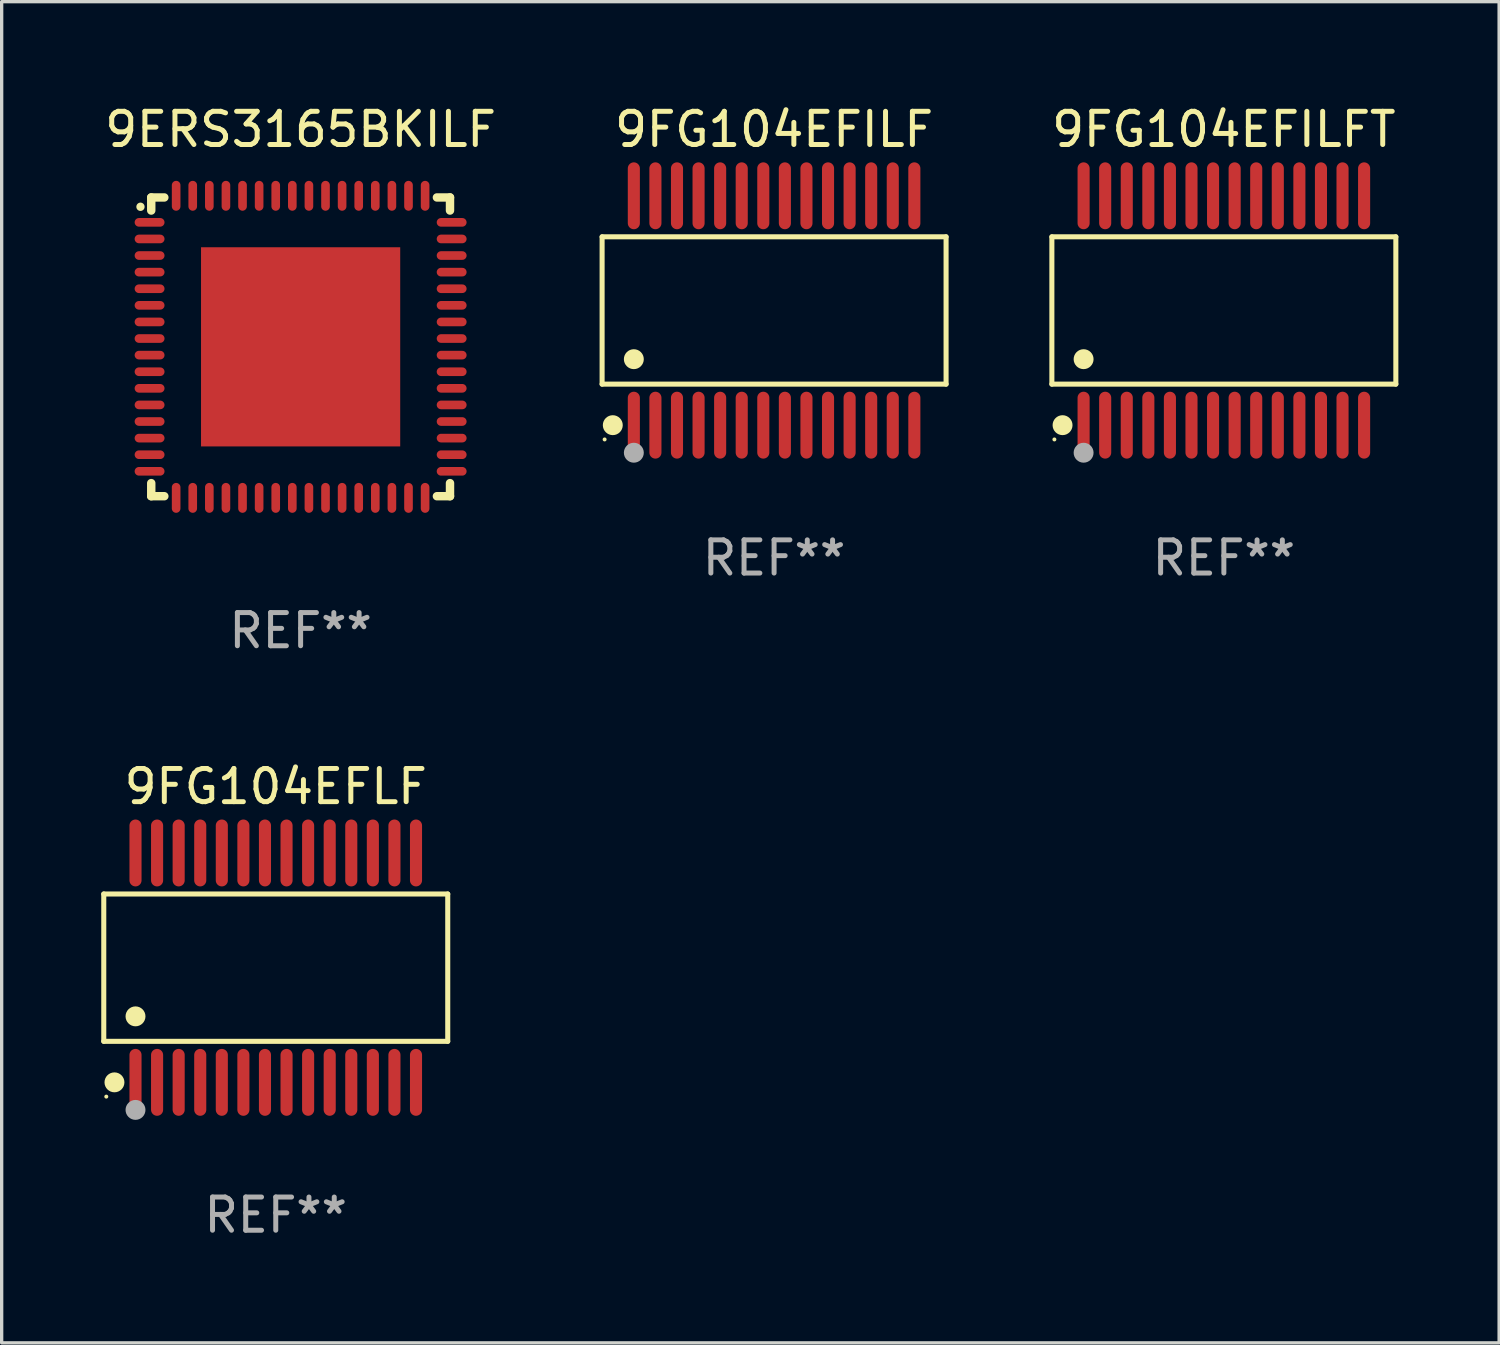
<source format=kicad_pcb>
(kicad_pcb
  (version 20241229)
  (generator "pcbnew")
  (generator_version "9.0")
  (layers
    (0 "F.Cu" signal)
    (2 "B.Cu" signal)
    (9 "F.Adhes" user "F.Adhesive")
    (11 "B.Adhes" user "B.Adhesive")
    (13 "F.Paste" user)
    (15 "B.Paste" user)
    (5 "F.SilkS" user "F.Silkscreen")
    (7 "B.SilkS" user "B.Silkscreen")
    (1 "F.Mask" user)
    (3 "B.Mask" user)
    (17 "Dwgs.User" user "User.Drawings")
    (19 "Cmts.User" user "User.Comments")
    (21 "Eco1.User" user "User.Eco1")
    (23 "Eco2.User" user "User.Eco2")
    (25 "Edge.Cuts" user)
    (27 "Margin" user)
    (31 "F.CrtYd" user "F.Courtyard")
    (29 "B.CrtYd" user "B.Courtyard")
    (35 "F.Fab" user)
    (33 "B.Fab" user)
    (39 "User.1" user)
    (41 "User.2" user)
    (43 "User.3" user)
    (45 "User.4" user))
  (footprint "9FG104EFLF"
    (layer "F.Cu")
    (at 5.257 26.1)
    (property "Reference" "9FG104EFLF" (at 0 -5.455 0) (layer "F.SilkS") (effects (font (size 1 1) (thickness 0.15))))
    (attr through_hole)
    (fp_line (start -5.181 -2.219) (end 5.181 -2.219) (stroke (width 0.152) (type solid)) (layer "F.SilkS"))
    (fp_line (start -5.181 2.219) (end -5.181 -2.219) (stroke (width 0.152) (type solid)) (layer "F.SilkS"))
    (fp_line (start 5.181 -2.219) (end 5.181 2.219) (stroke (width 0.152) (type solid)) (layer "F.SilkS"))
    (fp_line (start 5.181 2.219) (end -5.181 2.219) (stroke (width 0.152) (type solid)) (layer "F.SilkS"))
    (fp_circle (center -5.105 3.885) (end -5.075 3.885) (stroke (width 0.06) (type solid)) (fill no) (layer "F.SilkS"))
    (fp_circle (center -4.859 3.455) (end -4.709 3.455) (stroke (width 0.3) (type solid)) (fill no) (layer "F.SilkS"))
    (fp_circle (center -4.225 1.467) (end -4.075 1.467) (stroke (width 0.3) (type solid)) (fill no) (layer "F.SilkS"))
    (fp_circle (center -4.225 4.285) (end -4.075 4.285) (stroke (width 0.3) (type solid)) (fill no) (layer "F.Fab"))
    (fp_text user "REF**" (at 0 7.455 0) (layer "F.Fab") (effects (font (size 1 1) (thickness 0.15))))
    (pad "1" smd oval (at -4.225 3.455) (size 0.364 2.015) (layers "F.Cu" "F.Mask" "F.Paste"))
    (pad "2" smd oval (at -3.575 3.455) (size 0.364 2.015) (layers "F.Cu" "F.Mask" "F.Paste"))
    (pad "3" smd oval (at -2.925 3.455) (size 0.364 2.015) (layers "F.Cu" "F.Mask" "F.Paste"))
    (pad "4" smd oval (at -2.275 3.455) (size 0.364 2.015) (layers "F.Cu" "F.Mask" "F.Paste"))
    (pad "5" smd oval (at -1.625 3.455) (size 0.364 2.015) (layers "F.Cu" "F.Mask" "F.Paste"))
    (pad "6" smd oval (at -0.975 3.455) (size 0.364 2.015) (layers "F.Cu" "F.Mask" "F.Paste"))
    (pad "7" smd oval (at -0.325 3.455) (size 0.364 2.015) (layers "F.Cu" "F.Mask" "F.Paste"))
    (pad "8" smd oval (at 0.325 3.455) (size 0.364 2.015) (layers "F.Cu" "F.Mask" "F.Paste"))
    (pad "9" smd oval (at 0.975 3.455) (size 0.364 2.015) (layers "F.Cu" "F.Mask" "F.Paste"))
    (pad "10" smd oval (at 1.625 3.455) (size 0.364 2.015) (layers "F.Cu" "F.Mask" "F.Paste"))
    (pad "11" smd oval (at 2.275 3.455) (size 0.364 2.015) (layers "F.Cu" "F.Mask" "F.Paste"))
    (pad "12" smd oval (at 2.925 3.455) (size 0.364 2.015) (layers "F.Cu" "F.Mask" "F.Paste"))
    (pad "13" smd oval (at 3.575 3.455) (size 0.364 2.015) (layers "F.Cu" "F.Mask" "F.Paste"))
    (pad "14" smd oval (at 4.225 3.455) (size 0.364 2.015) (layers "F.Cu" "F.Mask" "F.Paste"))
    (pad "15" smd oval (at 4.225 -3.455) (size 0.364 2.015) (layers "F.Cu" "F.Mask" "F.Paste"))
    (pad "16" smd oval (at 3.575 -3.455) (size 0.364 2.015) (layers "F.Cu" "F.Mask" "F.Paste"))
    (pad "17" smd oval (at 2.925 -3.455) (size 0.364 2.015) (layers "F.Cu" "F.Mask" "F.Paste"))
    (pad "18" smd oval (at 2.275 -3.455) (size 0.364 2.015) (layers "F.Cu" "F.Mask" "F.Paste"))
    (pad "19" smd oval (at 1.625 -3.455) (size 0.364 2.015) (layers "F.Cu" "F.Mask" "F.Paste"))
    (pad "20" smd oval (at 0.975 -3.455) (size 0.364 2.015) (layers "F.Cu" "F.Mask" "F.Paste"))
    (pad "21" smd oval (at 0.325 -3.455) (size 0.364 2.015) (layers "F.Cu" "F.Mask" "F.Paste"))
    (pad "22" smd oval (at -0.325 -3.455) (size 0.364 2.015) (layers "F.Cu" "F.Mask" "F.Paste"))
    (pad "23" smd oval (at -0.975 -3.455) (size 0.364 2.015) (layers "F.Cu" "F.Mask" "F.Paste"))
    (pad "24" smd oval (at -1.625 -3.455) (size 0.364 2.015) (layers "F.Cu" "F.Mask" "F.Paste"))
    (pad "25" smd oval (at -2.275 -3.455) (size 0.364 2.015) (layers "F.Cu" "F.Mask" "F.Paste"))
    (pad "26" smd oval (at -2.925 -3.455) (size 0.364 2.015) (layers "F.Cu" "F.Mask" "F.Paste"))
    (pad "27" smd oval (at -3.575 -3.455) (size 0.364 2.015) (layers "F.Cu" "F.Mask" "F.Paste"))
    (pad "28" smd oval (at -4.225 -3.455) (size 0.364 2.015) (layers "F.Cu" "F.Mask" "F.Paste")))
  (footprint "9FG104EFILFT"
    (layer "F.Cu")
    (at 33.818 6.303)
    (property "Reference" "9FG104EFILFT" (at 0 -5.455 0) (layer "F.SilkS") (effects (font (size 1 1) (thickness 0.15))))
    (attr through_hole)
    (fp_line (start -5.181 -2.219) (end 5.181 -2.219) (stroke (width 0.152) (type solid)) (layer "F.SilkS"))
    (fp_line (start -5.181 2.219) (end -5.181 -2.219) (stroke (width 0.152) (type solid)) (layer "F.SilkS"))
    (fp_line (start 5.181 -2.219) (end 5.181 2.219) (stroke (width 0.152) (type solid)) (layer "F.SilkS"))
    (fp_line (start 5.181 2.219) (end -5.181 2.219) (stroke (width 0.152) (type solid)) (layer "F.SilkS"))
    (fp_circle (center -5.105 3.885) (end -5.075 3.885) (stroke (width 0.06) (type solid)) (fill no) (layer "F.SilkS"))
    (fp_circle (center -4.859 3.455) (end -4.709 3.455) (stroke (width 0.3) (type solid)) (fill no) (layer "F.SilkS"))
    (fp_circle (center -4.225 1.467) (end -4.075 1.467) (stroke (width 0.3) (type solid)) (fill no) (layer "F.SilkS"))
    (fp_circle (center -4.225 4.285) (end -4.075 4.285) (stroke (width 0.3) (type solid)) (fill no) (layer "F.Fab"))
    (fp_text user "REF**" (at 0 7.455 0) (layer "F.Fab") (effects (font (size 1 1) (thickness 0.15))))
    (pad "1" smd oval (at -4.225 3.455) (size 0.364 2.015) (layers "F.Cu" "F.Mask" "F.Paste"))
    (pad "2" smd oval (at -3.575 3.455) (size 0.364 2.015) (layers "F.Cu" "F.Mask" "F.Paste"))
    (pad "3" smd oval (at -2.925 3.455) (size 0.364 2.015) (layers "F.Cu" "F.Mask" "F.Paste"))
    (pad "4" smd oval (at -2.275 3.455) (size 0.364 2.015) (layers "F.Cu" "F.Mask" "F.Paste"))
    (pad "5" smd oval (at -1.625 3.455) (size 0.364 2.015) (layers "F.Cu" "F.Mask" "F.Paste"))
    (pad "6" smd oval (at -0.975 3.455) (size 0.364 2.015) (layers "F.Cu" "F.Mask" "F.Paste"))
    (pad "7" smd oval (at -0.325 3.455) (size 0.364 2.015) (layers "F.Cu" "F.Mask" "F.Paste"))
    (pad "8" smd oval (at 0.325 3.455) (size 0.364 2.015) (layers "F.Cu" "F.Mask" "F.Paste"))
    (pad "9" smd oval (at 0.975 3.455) (size 0.364 2.015) (layers "F.Cu" "F.Mask" "F.Paste"))
    (pad "10" smd oval (at 1.625 3.455) (size 0.364 2.015) (layers "F.Cu" "F.Mask" "F.Paste"))
    (pad "11" smd oval (at 2.275 3.455) (size 0.364 2.015) (layers "F.Cu" "F.Mask" "F.Paste"))
    (pad "12" smd oval (at 2.925 3.455) (size 0.364 2.015) (layers "F.Cu" "F.Mask" "F.Paste"))
    (pad "13" smd oval (at 3.575 3.455) (size 0.364 2.015) (layers "F.Cu" "F.Mask" "F.Paste"))
    (pad "14" smd oval (at 4.225 3.455) (size 0.364 2.015) (layers "F.Cu" "F.Mask" "F.Paste"))
    (pad "15" smd oval (at 4.225 -3.455) (size 0.364 2.015) (layers "F.Cu" "F.Mask" "F.Paste"))
    (pad "16" smd oval (at 3.575 -3.455) (size 0.364 2.015) (layers "F.Cu" "F.Mask" "F.Paste"))
    (pad "17" smd oval (at 2.925 -3.455) (size 0.364 2.015) (layers "F.Cu" "F.Mask" "F.Paste"))
    (pad "18" smd oval (at 2.275 -3.455) (size 0.364 2.015) (layers "F.Cu" "F.Mask" "F.Paste"))
    (pad "19" smd oval (at 1.625 -3.455) (size 0.364 2.015) (layers "F.Cu" "F.Mask" "F.Paste"))
    (pad "20" smd oval (at 0.975 -3.455) (size 0.364 2.015) (layers "F.Cu" "F.Mask" "F.Paste"))
    (pad "21" smd oval (at 0.325 -3.455) (size 0.364 2.015) (layers "F.Cu" "F.Mask" "F.Paste"))
    (pad "22" smd oval (at -0.325 -3.455) (size 0.364 2.015) (layers "F.Cu" "F.Mask" "F.Paste"))
    (pad "23" smd oval (at -0.975 -3.455) (size 0.364 2.015) (layers "F.Cu" "F.Mask" "F.Paste"))
    (pad "24" smd oval (at -1.625 -3.455) (size 0.364 2.015) (layers "F.Cu" "F.Mask" "F.Paste"))
    (pad "25" smd oval (at -2.275 -3.455) (size 0.364 2.015) (layers "F.Cu" "F.Mask" "F.Paste"))
    (pad "26" smd oval (at -2.925 -3.455) (size 0.364 2.015) (layers "F.Cu" "F.Mask" "F.Paste"))
    (pad "27" smd oval (at -3.575 -3.455) (size 0.364 2.015) (layers "F.Cu" "F.Mask" "F.Paste"))
    (pad "28" smd oval (at -4.225 -3.455) (size 0.364 2.015) (layers "F.Cu" "F.Mask" "F.Paste")))
  (footprint "9FG104EFILF"
    (layer "F.Cu")
    (at 20.269 6.303)
    (property "Reference" "9FG104EFILF" (at 0 -5.455 0) (layer "F.SilkS") (effects (font (size 1 1) (thickness 0.15))))
    (attr through_hole)
    (fp_line (start -5.181 -2.219) (end 5.181 -2.219) (stroke (width 0.152) (type solid)) (layer "F.SilkS"))
    (fp_line (start -5.181 2.219) (end -5.181 -2.219) (stroke (width 0.152) (type solid)) (layer "F.SilkS"))
    (fp_line (start 5.181 -2.219) (end 5.181 2.219) (stroke (width 0.152) (type solid)) (layer "F.SilkS"))
    (fp_line (start 5.181 2.219) (end -5.181 2.219) (stroke (width 0.152) (type solid)) (layer "F.SilkS"))
    (fp_circle (center -5.105 3.885) (end -5.075 3.885) (stroke (width 0.06) (type solid)) (fill no) (layer "F.SilkS"))
    (fp_circle (center -4.859 3.455) (end -4.709 3.455) (stroke (width 0.3) (type solid)) (fill no) (layer "F.SilkS"))
    (fp_circle (center -4.225 1.467) (end -4.075 1.467) (stroke (width 0.3) (type solid)) (fill no) (layer "F.SilkS"))
    (fp_circle (center -4.225 4.285) (end -4.075 4.285) (stroke (width 0.3) (type solid)) (fill no) (layer "F.Fab"))
    (fp_text user "REF**" (at 0 7.455 0) (layer "F.Fab") (effects (font (size 1 1) (thickness 0.15))))
    (pad "1" smd oval (at -4.225 3.455) (size 0.364 2.015) (layers "F.Cu" "F.Mask" "F.Paste"))
    (pad "2" smd oval (at -3.575 3.455) (size 0.364 2.015) (layers "F.Cu" "F.Mask" "F.Paste"))
    (pad "3" smd oval (at -2.925 3.455) (size 0.364 2.015) (layers "F.Cu" "F.Mask" "F.Paste"))
    (pad "4" smd oval (at -2.275 3.455) (size 0.364 2.015) (layers "F.Cu" "F.Mask" "F.Paste"))
    (pad "5" smd oval (at -1.625 3.455) (size 0.364 2.015) (layers "F.Cu" "F.Mask" "F.Paste"))
    (pad "6" smd oval (at -0.975 3.455) (size 0.364 2.015) (layers "F.Cu" "F.Mask" "F.Paste"))
    (pad "7" smd oval (at -0.325 3.455) (size 0.364 2.015) (layers "F.Cu" "F.Mask" "F.Paste"))
    (pad "8" smd oval (at 0.325 3.455) (size 0.364 2.015) (layers "F.Cu" "F.Mask" "F.Paste"))
    (pad "9" smd oval (at 0.975 3.455) (size 0.364 2.015) (layers "F.Cu" "F.Mask" "F.Paste"))
    (pad "10" smd oval (at 1.625 3.455) (size 0.364 2.015) (layers "F.Cu" "F.Mask" "F.Paste"))
    (pad "11" smd oval (at 2.275 3.455) (size 0.364 2.015) (layers "F.Cu" "F.Mask" "F.Paste"))
    (pad "12" smd oval (at 2.925 3.455) (size 0.364 2.015) (layers "F.Cu" "F.Mask" "F.Paste"))
    (pad "13" smd oval (at 3.575 3.455) (size 0.364 2.015) (layers "F.Cu" "F.Mask" "F.Paste"))
    (pad "14" smd oval (at 4.225 3.455) (size 0.364 2.015) (layers "F.Cu" "F.Mask" "F.Paste"))
    (pad "15" smd oval (at 4.225 -3.455) (size 0.364 2.015) (layers "F.Cu" "F.Mask" "F.Paste"))
    (pad "16" smd oval (at 3.575 -3.455) (size 0.364 2.015) (layers "F.Cu" "F.Mask" "F.Paste"))
    (pad "17" smd oval (at 2.925 -3.455) (size 0.364 2.015) (layers "F.Cu" "F.Mask" "F.Paste"))
    (pad "18" smd oval (at 2.275 -3.455) (size 0.364 2.015) (layers "F.Cu" "F.Mask" "F.Paste"))
    (pad "19" smd oval (at 1.625 -3.455) (size 0.364 2.015) (layers "F.Cu" "F.Mask" "F.Paste"))
    (pad "20" smd oval (at 0.975 -3.455) (size 0.364 2.015) (layers "F.Cu" "F.Mask" "F.Paste"))
    (pad "21" smd oval (at 0.325 -3.455) (size 0.364 2.015) (layers "F.Cu" "F.Mask" "F.Paste"))
    (pad "22" smd oval (at -0.325 -3.455) (size 0.364 2.015) (layers "F.Cu" "F.Mask" "F.Paste"))
    (pad "23" smd oval (at -0.975 -3.455) (size 0.364 2.015) (layers "F.Cu" "F.Mask" "F.Paste"))
    (pad "24" smd oval (at -1.625 -3.455) (size 0.364 2.015) (layers "F.Cu" "F.Mask" "F.Paste"))
    (pad "25" smd oval (at -2.275 -3.455) (size 0.364 2.015) (layers "F.Cu" "F.Mask" "F.Paste"))
    (pad "26" smd oval (at -2.925 -3.455) (size 0.364 2.015) (layers "F.Cu" "F.Mask" "F.Paste"))
    (pad "27" smd oval (at -3.575 -3.455) (size 0.364 2.015) (layers "F.Cu" "F.Mask" "F.Paste"))
    (pad "28" smd oval (at -4.225 -3.455) (size 0.364 2.015) (layers "F.Cu" "F.Mask" "F.Paste")))
  (footprint "9ERS3165BKILF"
    (layer "F.Cu")
    (at 6.006 7.398)
    (property "Reference" "9ERS3165BKILF" (at 0 -6.55 0) (layer "F.SilkS") (effects (font (size 1 1) (thickness 0.15))))
    (attr through_hole)
    (fp_line (start -4.5 -4.5) (end -4.106 -4.5) (stroke (width 0.254) (type solid)) (layer "F.SilkS"))
    (fp_line (start -4.5 -4.106) (end -4.5 -4.5) (stroke (width 0.254) (type solid)) (layer "F.SilkS"))
    (fp_line (start -4.5 4.5) (end -4.5 4.106) (stroke (width 0.254) (type solid)) (layer "F.SilkS"))
    (fp_line (start -4.106 4.5) (end -4.5 4.5) (stroke (width 0.254) (type solid)) (layer "F.SilkS"))
    (fp_line (start 4.106 -4.5) (end 4.5 -4.5) (stroke (width 0.254) (type solid)) (layer "F.SilkS"))
    (fp_line (start 4.5 -4.5) (end 4.5 -4.106) (stroke (width 0.254) (type solid)) (layer "F.SilkS"))
    (fp_line (start 4.5 4.106) (end 4.5 4.5) (stroke (width 0.254) (type solid)) (layer "F.SilkS"))
    (fp_line (start 4.5 4.5) (end 4.106 4.5) (stroke (width 0.254) (type solid)) (layer "F.SilkS"))
    (fp_arc (start -4.824308 -4.217501) (mid -4.824314 -4.218771) (end -4.824308 -4.220041) (stroke (width 0.24892) (type solid)) (layer "F.SilkS"))
    (fp_text user "REF**" (at 0 8.55 0) (layer "F.Fab") (effects (font (size 1 1) (thickness 0.15))))
    (pad "1" smd oval (at -4.55 -3.75) (size 0.9 0.26) (layers "F.Cu" "F.Mask" "F.Paste"))
    (pad "2" smd oval (at -4.55 -3.25) (size 0.9 0.26) (layers "F.Cu" "F.Mask" "F.Paste"))
    (pad "3" smd oval (at -4.55 -2.75) (size 0.9 0.26) (layers "F.Cu" "F.Mask" "F.Paste"))
    (pad "4" smd oval (at -4.55 -2.25) (size 0.9 0.26) (layers "F.Cu" "F.Mask" "F.Paste"))
    (pad "5" smd oval (at -4.55 -1.75) (size 0.9 0.26) (layers "F.Cu" "F.Mask" "F.Paste"))
    (pad "6" smd oval (at -4.55 -1.25) (size 0.9 0.26) (layers "F.Cu" "F.Mask" "F.Paste"))
    (pad "7" smd oval (at -4.55 -0.75) (size 0.9 0.26) (layers "F.Cu" "F.Mask" "F.Paste"))
    (pad "8" smd oval (at -4.55 -0.25) (size 0.9 0.26) (layers "F.Cu" "F.Mask" "F.Paste"))
    (pad "9" smd oval (at -4.55 0.25) (size 0.9 0.26) (layers "F.Cu" "F.Mask" "F.Paste"))
    (pad "10" smd oval (at -4.55 0.75) (size 0.9 0.26) (layers "F.Cu" "F.Mask" "F.Paste"))
    (pad "11" smd oval (at -4.55 1.25) (size 0.9 0.26) (layers "F.Cu" "F.Mask" "F.Paste"))
    (pad "12" smd oval (at -4.55 1.75) (size 0.9 0.26) (layers "F.Cu" "F.Mask" "F.Paste"))
    (pad "13" smd oval (at -4.55 2.25) (size 0.9 0.26) (layers "F.Cu" "F.Mask" "F.Paste"))
    (pad "14" smd oval (at -4.55 2.75) (size 0.9 0.26) (layers "F.Cu" "F.Mask" "F.Paste"))
    (pad "15" smd oval (at -4.55 3.25) (size 0.9 0.26) (layers "F.Cu" "F.Mask" "F.Paste"))
    (pad "16" smd oval (at -4.55 3.75) (size 0.9 0.26) (layers "F.Cu" "F.Mask" "F.Paste"))
    (pad "17" smd oval (at -3.75 4.55) (size 0.26 0.9) (layers "F.Cu" "F.Mask" "F.Paste"))
    (pad "18" smd oval (at -3.25 4.55) (size 0.26 0.9) (layers "F.Cu" "F.Mask" "F.Paste"))
    (pad "19" smd oval (at -2.75 4.55) (size 0.26 0.9) (layers "F.Cu" "F.Mask" "F.Paste"))
    (pad "20" smd oval (at -2.25 4.55) (size 0.26 0.9) (layers "F.Cu" "F.Mask" "F.Paste"))
    (pad "21" smd oval (at -1.75 4.55) (size 0.26 0.9) (layers "F.Cu" "F.Mask" "F.Paste"))
    (pad "22" smd oval (at -1.25 4.55) (size 0.26 0.9) (layers "F.Cu" "F.Mask" "F.Paste"))
    (pad "23" smd oval (at -0.75 4.55) (size 0.26 0.9) (layers "F.Cu" "F.Mask" "F.Paste"))
    (pad "24" smd oval (at -0.25 4.55) (size 0.26 0.9) (layers "F.Cu" "F.Mask" "F.Paste"))
    (pad "25" smd oval (at 0.25 4.55) (size 0.26 0.9) (layers "F.Cu" "F.Mask" "F.Paste"))
    (pad "26" smd oval (at 0.75 4.55) (size 0.26 0.9) (layers "F.Cu" "F.Mask" "F.Paste"))
    (pad "27" smd oval (at 1.25 4.55) (size 0.26 0.9) (layers "F.Cu" "F.Mask" "F.Paste"))
    (pad "28" smd oval (at 1.75 4.55) (size 0.26 0.9) (layers "F.Cu" "F.Mask" "F.Paste"))
    (pad "29" smd oval (at 2.25 4.55) (size 0.26 0.9) (layers "F.Cu" "F.Mask" "F.Paste"))
    (pad "30" smd oval (at 2.75 4.55) (size 0.26 0.9) (layers "F.Cu" "F.Mask" "F.Paste"))
    (pad "31" smd oval (at 3.25 4.55) (size 0.26 0.9) (layers "F.Cu" "F.Mask" "F.Paste"))
    (pad "32" smd oval (at 3.75 4.55) (size 0.26 0.9) (layers "F.Cu" "F.Mask" "F.Paste"))
    (pad "33" smd oval (at 4.55 3.75) (size 0.9 0.26) (layers "F.Cu" "F.Mask" "F.Paste"))
    (pad "34" smd oval (at 4.55 3.25) (size 0.9 0.26) (layers "F.Cu" "F.Mask" "F.Paste"))
    (pad "35" smd oval (at 4.55 2.75) (size 0.9 0.26) (layers "F.Cu" "F.Mask" "F.Paste"))
    (pad "36" smd oval (at 4.55 2.25) (size 0.9 0.26) (layers "F.Cu" "F.Mask" "F.Paste"))
    (pad "37" smd oval (at 4.55 1.75) (size 0.9 0.26) (layers "F.Cu" "F.Mask" "F.Paste"))
    (pad "38" smd oval (at 4.55 1.25) (size 0.9 0.26) (layers "F.Cu" "F.Mask" "F.Paste"))
    (pad "39" smd oval (at 4.55 0.75) (size 0.9 0.26) (layers "F.Cu" "F.Mask" "F.Paste"))
    (pad "40" smd oval (at 4.55 0.25) (size 0.9 0.26) (layers "F.Cu" "F.Mask" "F.Paste"))
    (pad "41" smd oval (at 4.55 -0.25) (size 0.9 0.26) (layers "F.Cu" "F.Mask" "F.Paste"))
    (pad "42" smd oval (at 4.55 -0.75) (size 0.9 0.26) (layers "F.Cu" "F.Mask" "F.Paste"))
    (pad "43" smd oval (at 4.55 -1.25) (size 0.9 0.26) (layers "F.Cu" "F.Mask" "F.Paste"))
    (pad "44" smd oval (at 4.55 -1.75) (size 0.9 0.26) (layers "F.Cu" "F.Mask" "F.Paste"))
    (pad "45" smd oval (at 4.55 -2.25) (size 0.9 0.26) (layers "F.Cu" "F.Mask" "F.Paste"))
    (pad "46" smd oval (at 4.55 -2.75) (size 0.9 0.26) (layers "F.Cu" "F.Mask" "F.Paste"))
    (pad "47" smd oval (at 4.55 -3.25) (size 0.9 0.26) (layers "F.Cu" "F.Mask" "F.Paste"))
    (pad "48" smd oval (at 4.55 -3.75) (size 0.9 0.26) (layers "F.Cu" "F.Mask" "F.Paste"))
    (pad "49" smd oval (at 3.75 -4.55) (size 0.26 0.9) (layers "F.Cu" "F.Mask" "F.Paste"))
    (pad "50" smd oval (at 3.25 -4.55) (size 0.26 0.9) (layers "F.Cu" "F.Mask" "F.Paste"))
    (pad "51" smd oval (at 2.75 -4.55) (size 0.26 0.9) (layers "F.Cu" "F.Mask" "F.Paste"))
    (pad "52" smd oval (at 2.25 -4.55) (size 0.26 0.9) (layers "F.Cu" "F.Mask" "F.Paste"))
    (pad "53" smd oval (at 1.75 -4.55) (size 0.26 0.9) (layers "F.Cu" "F.Mask" "F.Paste"))
    (pad "54" smd oval (at 1.25 -4.55) (size 0.26 0.9) (layers "F.Cu" "F.Mask" "F.Paste"))
    (pad "55" smd oval (at 0.75 -4.55) (size 0.26 0.9) (layers "F.Cu" "F.Mask" "F.Paste"))
    (pad "56" smd oval (at 0.25 -4.55) (size 0.26 0.9) (layers "F.Cu" "F.Mask" "F.Paste"))
    (pad "57" smd oval (at -0.25 -4.55) (size 0.26 0.9) (layers "F.Cu" "F.Mask" "F.Paste"))
    (pad "58" smd oval (at -0.75 -4.55) (size 0.26 0.9) (layers "F.Cu" "F.Mask" "F.Paste"))
    (pad "59" smd oval (at -1.25 -4.55) (size 0.26 0.9) (layers "F.Cu" "F.Mask" "F.Paste"))
    (pad "60" smd oval (at -1.75 -4.55) (size 0.26 0.9) (layers "F.Cu" "F.Mask" "F.Paste"))
    (pad "61" smd oval (at -2.25 -4.55) (size 0.26 0.9) (layers "F.Cu" "F.Mask" "F.Paste"))
    (pad "62" smd oval (at -2.75 -4.55) (size 0.26 0.9) (layers "F.Cu" "F.Mask" "F.Paste"))
    (pad "63" smd oval (at -3.25 -4.55) (size 0.26 0.9) (layers "F.Cu" "F.Mask" "F.Paste"))
    (pad "64" smd oval (at -3.75 -4.55) (size 0.26 0.9) (layers "F.Cu" "F.Mask" "F.Paste"))
    (pad "65" smd rect (at 0 0.000381) (size 6 6) (layers "F.Cu" "F.Mask" "F.Paste")))
  (gr_rect
    (start -3 -3)
    (end 42.11 37.403)
    (stroke (width 0.1) (type default))
    (fill no)
    (layer "Edge.Cuts")))
</source>
